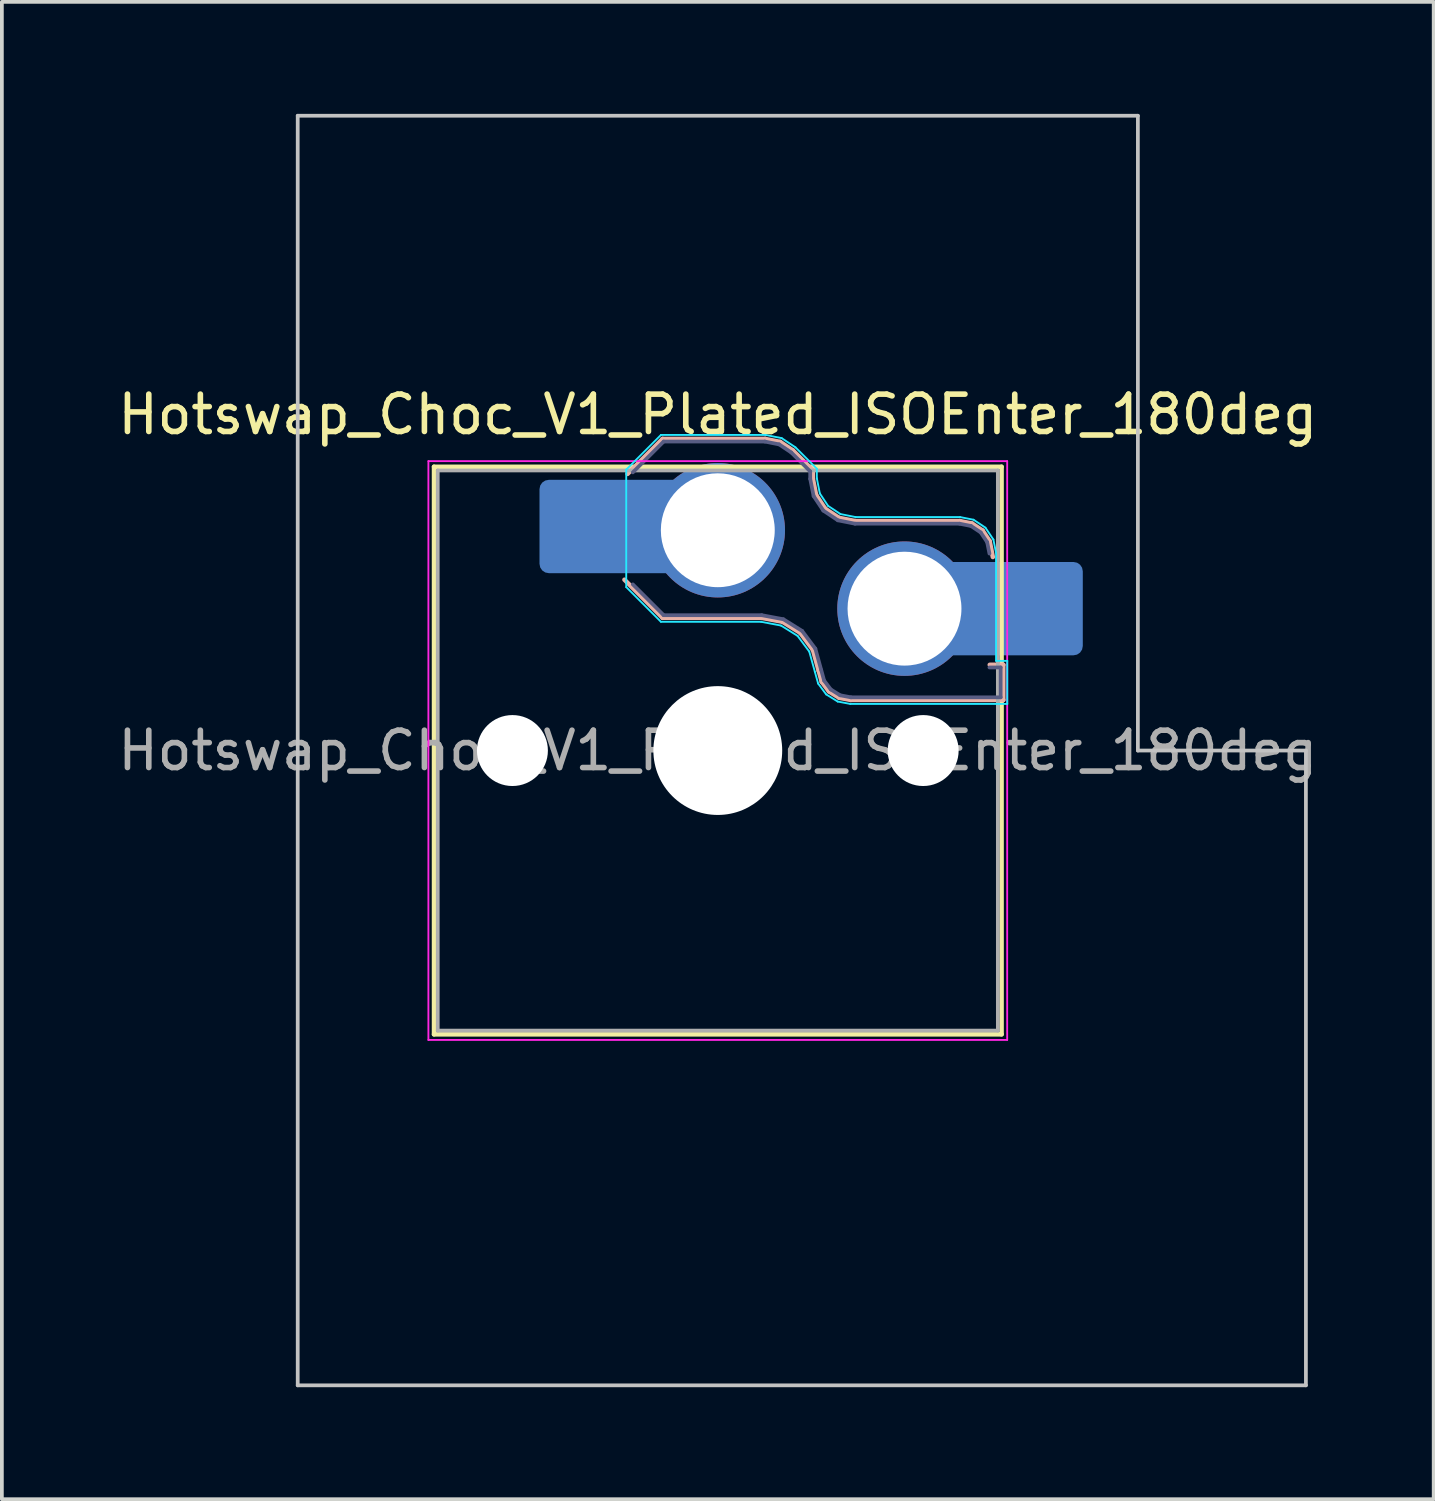
<source format=kicad_pcb>
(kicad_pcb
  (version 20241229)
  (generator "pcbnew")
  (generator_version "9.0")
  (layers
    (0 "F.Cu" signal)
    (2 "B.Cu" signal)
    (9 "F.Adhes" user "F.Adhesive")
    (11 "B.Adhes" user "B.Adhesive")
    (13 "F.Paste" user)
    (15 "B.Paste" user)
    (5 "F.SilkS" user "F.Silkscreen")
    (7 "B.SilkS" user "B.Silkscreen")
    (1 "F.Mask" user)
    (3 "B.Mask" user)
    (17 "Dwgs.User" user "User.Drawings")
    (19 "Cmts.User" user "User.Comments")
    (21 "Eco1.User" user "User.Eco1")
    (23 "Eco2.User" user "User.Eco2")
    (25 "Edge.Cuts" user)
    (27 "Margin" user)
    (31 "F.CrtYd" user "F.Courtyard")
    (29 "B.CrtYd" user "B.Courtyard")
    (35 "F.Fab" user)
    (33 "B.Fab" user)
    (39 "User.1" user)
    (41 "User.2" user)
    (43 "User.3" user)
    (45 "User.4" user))
  (footprint "Hotswap_Choc_V1_Plated_ISOEnter_180deg"
    (layer "F.Cu")
    (at 16.173 17.05)
    (property "Reference" "Hotswap_Choc_V1_Plated_ISOEnter_180deg" (at 0 -9 0) (layer "F.SilkS") (effects (font (size 1 1) (thickness 0.15))))
    (attr smd)
    (fp_line (start -7.6 -7.6) (end -7.6 7.6) (stroke (width 0.12) (type solid)) (layer "F.SilkS"))
    (fp_line (start -7.6 7.6) (end 7.6 7.6) (stroke (width 0.12) (type solid)) (layer "F.SilkS"))
    (fp_line (start 7.6 -7.6) (end -7.6 -7.6) (stroke (width 0.12) (type solid)) (layer "F.SilkS"))
    (fp_line (start 7.6 7.6) (end 7.6 -7.6) (stroke (width 0.12) (type solid)) (layer "F.SilkS"))
    (fp_line (start -2.416 -7.409) (end -1.479 -8.346) (stroke (width 0.12) (type solid)) (layer "B.SilkS"))
    (fp_line (start -1.479 -8.346) (end 1.268 -8.346) (stroke (width 0.12) (type solid)) (layer "B.SilkS"))
    (fp_line (start -1.479 -3.554) (end -2.5 -4.575) (stroke (width 0.12) (type solid)) (layer "B.SilkS"))
    (fp_line (start 1.168 -3.554) (end -1.479 -3.554) (stroke (width 0.12) (type solid)) (layer "B.SilkS"))
    (fp_line (start 1.268 -8.346) (end 1.671 -8.266) (stroke (width 0.12) (type solid)) (layer "B.SilkS"))
    (fp_line (start 1.671 -8.266) (end 2.013 -8.037) (stroke (width 0.12) (type solid)) (layer "B.SilkS"))
    (fp_line (start 1.73 -3.449) (end 1.168 -3.554) (stroke (width 0.12) (type solid)) (layer "B.SilkS"))
    (fp_line (start 2.013 -8.037) (end 2.546 -7.504) (stroke (width 0.12) (type solid)) (layer "B.SilkS"))
    (fp_line (start 2.209 -3.15) (end 1.73 -3.449) (stroke (width 0.12) (type solid)) (layer "B.SilkS"))
    (fp_line (start 2.546 -7.504) (end 2.546 -7.282) (stroke (width 0.12) (type solid)) (layer "B.SilkS"))
    (fp_line (start 2.546 -7.282) (end 2.633 -6.844) (stroke (width 0.12) (type solid)) (layer "B.SilkS"))
    (fp_line (start 2.547 -2.697) (end 2.209 -3.15) (stroke (width 0.12) (type solid)) (layer "B.SilkS"))
    (fp_line (start 2.633 -6.844) (end 2.877 -6.477) (stroke (width 0.12) (type solid)) (layer "B.SilkS"))
    (fp_line (start 2.701 -2.139) (end 2.547 -2.697) (stroke (width 0.12) (type solid)) (layer "B.SilkS"))
    (fp_line (start 2.783 -1.841) (end 2.701 -2.139) (stroke (width 0.12) (type solid)) (layer "B.SilkS"))
    (fp_line (start 2.877 -6.477) (end 3.244 -6.233) (stroke (width 0.12) (type solid)) (layer "B.SilkS"))
    (fp_line (start 2.976 -1.583) (end 2.783 -1.841) (stroke (width 0.12) (type solid)) (layer "B.SilkS"))
    (fp_line (start 3.244 -6.233) (end 3.682 -6.146) (stroke (width 0.12) (type solid)) (layer "B.SilkS"))
    (fp_line (start 3.25 -1.413) (end 2.976 -1.583) (stroke (width 0.12) (type solid)) (layer "B.SilkS"))
    (fp_line (start 3.56 -1.354) (end 3.25 -1.413) (stroke (width 0.12) (type solid)) (layer "B.SilkS"))
    (fp_line (start 3.682 -6.146) (end 6.482 -6.146) (stroke (width 0.12) (type solid)) (layer "B.SilkS"))
    (fp_line (start 6.482 -6.146) (end 6.809 -6.081) (stroke (width 0.12) (type solid)) (layer "B.SilkS"))
    (fp_line (start 6.809 -6.081) (end 7.092 -5.892) (stroke (width 0.12) (type solid)) (layer "B.SilkS"))
    (fp_line (start 7.092 -5.892) (end 7.281 -5.609) (stroke (width 0.12) (type solid)) (layer "B.SilkS"))
    (fp_line (start 7.281 -5.609) (end 7.366 -5.182) (stroke (width 0.12) (type solid)) (layer "B.SilkS"))
    (fp_line (start 7.283 -2.296) (end 7.646 -2.296) (stroke (width 0.12) (type solid)) (layer "B.SilkS"))
    (fp_line (start 7.646 -2.296) (end 7.646 -1.354) (stroke (width 0.12) (type solid)) (layer "B.SilkS"))
    (fp_line (start 7.646 -1.354) (end 3.56 -1.354) (stroke (width 0.12) (type solid)) (layer "B.SilkS"))
    (fp_line (start -11.25 -17) (end -11.25 17) (stroke (width 0.1) (type solid)) (layer "Dwgs.User"))
    (fp_line (start -11.25 17) (end 15.75 17) (stroke (width 0.1) (type solid)) (layer "Dwgs.User"))
    (fp_line (start 11.25 -17) (end -11.25 -17) (stroke (width 0.1) (type solid)) (layer "Dwgs.User"))
    (fp_line (start 11.25 0) (end 11.25 -17) (stroke (width 0.1) (type solid)) (layer "Dwgs.User"))
    (fp_line (start 15.75 0) (end 11.25 0) (stroke (width 0.1) (type solid)) (layer "Dwgs.User"))
    (fp_line (start 15.75 17) (end 15.75 0) (stroke (width 0.1) (type solid)) (layer "Dwgs.User"))
    (fp_line (start -7.25 -7.25) (end -7.25 7.25) (stroke (width 0.1) (type solid)) (layer "Eco1.User"))
    (fp_line (start -7.25 7.25) (end 7.25 7.25) (stroke (width 0.1) (type solid)) (layer "Eco1.User"))
    (fp_line (start 7.25 -7.25) (end -7.25 -7.25) (stroke (width 0.1) (type solid)) (layer "Eco1.User"))
    (fp_line (start 7.25 7.25) (end 7.25 -7.25) (stroke (width 0.1) (type solid)) (layer "Eco1.User"))
    (fp_line (start -2.452 -7.523) (end -1.523 -8.452) (stroke (width 0.05) (type solid)) (layer "B.CrtYd"))
    (fp_line (start -2.452 -4.377) (end -2.452 -7.523) (stroke (width 0.05) (type solid)) (layer "B.CrtYd"))
    (fp_line (start -1.523 -8.452) (end 1.278 -8.452) (stroke (width 0.05) (type solid)) (layer "B.CrtYd"))
    (fp_line (start -1.523 -3.448) (end -2.452 -4.377) (stroke (width 0.05) (type solid)) (layer "B.CrtYd"))
    (fp_line (start 1.159 -3.448) (end -1.523 -3.448) (stroke (width 0.05) (type solid)) (layer "B.CrtYd"))
    (fp_line (start 1.278 -8.452) (end 1.712 -8.366) (stroke (width 0.05) (type solid)) (layer "B.CrtYd"))
    (fp_line (start 1.691 -3.348) (end 1.159 -3.448) (stroke (width 0.05) (type solid)) (layer "B.CrtYd"))
    (fp_line (start 1.712 -8.366) (end 2.081 -8.119) (stroke (width 0.05) (type solid)) (layer "B.CrtYd"))
    (fp_line (start 2.081 -8.119) (end 2.652 -7.548) (stroke (width 0.05) (type solid)) (layer "B.CrtYd"))
    (fp_line (start 2.136 -3.071) (end 1.691 -3.348) (stroke (width 0.05) (type solid)) (layer "B.CrtYd"))
    (fp_line (start 2.45 -2.65) (end 2.136 -3.071) (stroke (width 0.05) (type solid)) (layer "B.CrtYd"))
    (fp_line (start 2.599 -2.111) (end 2.45 -2.65) (stroke (width 0.05) (type solid)) (layer "B.CrtYd"))
    (fp_line (start 2.652 -7.548) (end 2.652 -7.292) (stroke (width 0.05) (type solid)) (layer "B.CrtYd"))
    (fp_line (start 2.652 -7.292) (end 2.733 -6.885) (stroke (width 0.05) (type solid)) (layer "B.CrtYd"))
    (fp_line (start 2.687 -1.794) (end 2.599 -2.111) (stroke (width 0.05) (type solid)) (layer "B.CrtYd"))
    (fp_line (start 2.733 -6.885) (end 2.953 -6.553) (stroke (width 0.05) (type solid)) (layer "B.CrtYd"))
    (fp_line (start 2.903 -1.503) (end 2.687 -1.794) (stroke (width 0.05) (type solid)) (layer "B.CrtYd"))
    (fp_line (start 2.953 -6.553) (end 3.285 -6.333) (stroke (width 0.05) (type solid)) (layer "B.CrtYd"))
    (fp_line (start 3.211 -1.312) (end 2.903 -1.503) (stroke (width 0.05) (type solid)) (layer "B.CrtYd"))
    (fp_line (start 3.285 -6.333) (end 3.692 -6.252) (stroke (width 0.05) (type solid)) (layer "B.CrtYd"))
    (fp_line (start 3.55 -1.248) (end 3.211 -1.312) (stroke (width 0.05) (type solid)) (layer "B.CrtYd"))
    (fp_line (start 3.692 -6.252) (end 6.492 -6.252) (stroke (width 0.05) (type solid)) (layer "B.CrtYd"))
    (fp_line (start 6.492 -6.252) (end 6.85 -6.181) (stroke (width 0.05) (type solid)) (layer "B.CrtYd"))
    (fp_line (start 6.85 -6.181) (end 7.168 -5.968) (stroke (width 0.05) (type solid)) (layer "B.CrtYd"))
    (fp_line (start 7.168 -5.968) (end 7.381 -5.65) (stroke (width 0.05) (type solid)) (layer "B.CrtYd"))
    (fp_line (start 7.381 -5.65) (end 7.452 -5.292) (stroke (width 0.05) (type solid)) (layer "B.CrtYd"))
    (fp_line (start 7.452 -5.292) (end 7.452 -2.402) (stroke (width 0.05) (type solid)) (layer "B.CrtYd"))
    (fp_line (start 7.452 -2.402) (end 7.752 -2.402) (stroke (width 0.05) (type solid)) (layer "B.CrtYd"))
    (fp_line (start 7.752 -2.402) (end 7.752 -1.248) (stroke (width 0.05) (type solid)) (layer "B.CrtYd"))
    (fp_line (start 7.752 -1.248) (end 3.55 -1.248) (stroke (width 0.05) (type solid)) (layer "B.CrtYd"))
    (fp_line (start -7.75 -7.75) (end -7.75 7.75) (stroke (width 0.05) (type solid)) (layer "F.CrtYd"))
    (fp_line (start -7.75 7.75) (end 7.75 7.75) (stroke (width 0.05) (type solid)) (layer "F.CrtYd"))
    (fp_line (start 7.75 -7.75) (end -7.75 -7.75) (stroke (width 0.05) (type solid)) (layer "F.CrtYd"))
    (fp_line (start 7.75 7.75) (end 7.75 -7.75) (stroke (width 0.05) (type solid)) (layer "F.CrtYd"))
    (fp_line (start -2.275 -7.45) (end -1.45 -8.275) (stroke (width 0.1) (type solid)) (layer "B.Fab"))
    (fp_line (start -1.45 -8.275) (end 1.261 -8.275) (stroke (width 0.1) (type solid)) (layer "B.Fab"))
    (fp_line (start -1.45 -3.625) (end -2.275 -4.45) (stroke (width 0.1) (type solid)) (layer "B.Fab"))
    (fp_line (start 1.175 -3.625) (end -1.45 -3.625) (stroke (width 0.1) (type solid)) (layer "B.Fab"))
    (fp_line (start 1.261 -8.275) (end 1.643 -8.199) (stroke (width 0.1) (type solid)) (layer "B.Fab"))
    (fp_line (start 1.643 -8.199) (end 1.968 -7.982) (stroke (width 0.1) (type solid)) (layer "B.Fab"))
    (fp_line (start 1.756 -3.516) (end 1.175 -3.625) (stroke (width 0.1) (type solid)) (layer "B.Fab"))
    (fp_line (start 1.968 -7.982) (end 2.475 -7.475) (stroke (width 0.1) (type solid)) (layer "B.Fab"))
    (fp_line (start 2.258 -3.203) (end 1.756 -3.516) (stroke (width 0.1) (type solid)) (layer "B.Fab"))
    (fp_line (start 2.475 -7.475) (end 2.475 -7.275) (stroke (width 0.1) (type solid)) (layer "B.Fab"))
    (fp_line (start 2.475 -7.275) (end 2.566 -6.816) (stroke (width 0.1) (type solid)) (layer "B.Fab"))
    (fp_line (start 2.566 -6.816) (end 2.826 -6.426) (stroke (width 0.1) (type solid)) (layer "B.Fab"))
    (fp_line (start 2.612 -2.729) (end 2.258 -3.203) (stroke (width 0.1) (type solid)) (layer "B.Fab"))
    (fp_line (start 2.769 -2.158) (end 2.612 -2.729) (stroke (width 0.1) (type solid)) (layer "B.Fab"))
    (fp_line (start 2.826 -6.426) (end 3.216 -6.166) (stroke (width 0.1) (type solid)) (layer "B.Fab"))
    (fp_line (start 2.848 -1.873) (end 2.769 -2.158) (stroke (width 0.1) (type solid)) (layer "B.Fab"))
    (fp_line (start 3.025 -1.636) (end 2.848 -1.873) (stroke (width 0.1) (type solid)) (layer "B.Fab"))
    (fp_line (start 3.216 -6.166) (end 3.675 -6.075) (stroke (width 0.1) (type solid)) (layer "B.Fab"))
    (fp_line (start 3.276 -1.48) (end 3.025 -1.636) (stroke (width 0.1) (type solid)) (layer "B.Fab"))
    (fp_line (start 3.567 -1.425) (end 3.276 -1.48) (stroke (width 0.1) (type solid)) (layer "B.Fab"))
    (fp_line (start 3.675 -6.075) (end 6.475 -6.075) (stroke (width 0.1) (type solid)) (layer "B.Fab"))
    (fp_line (start 6.475 -6.075) (end 6.781 -6.014) (stroke (width 0.1) (type solid)) (layer "B.Fab"))
    (fp_line (start 6.781 -6.014) (end 7.041 -5.841) (stroke (width 0.1) (type solid)) (layer "B.Fab"))
    (fp_line (start 7.041 -5.841) (end 7.214 -5.581) (stroke (width 0.1) (type solid)) (layer "B.Fab"))
    (fp_line (start 7.214 -5.581) (end 7.275 -5.275) (stroke (width 0.1) (type solid)) (layer "B.Fab"))
    (fp_line (start 7.275 -2.225) (end 7.575 -2.225) (stroke (width 0.1) (type solid)) (layer "B.Fab"))
    (fp_line (start 7.575 -2.225) (end 7.575 -1.425) (stroke (width 0.1) (type solid)) (layer "B.Fab"))
    (fp_line (start 7.575 -1.425) (end 3.567 -1.425) (stroke (width 0.1) (type solid)) (layer "B.Fab"))
    (fp_line (start -7.5 -7.5) (end -7.5 7.5) (stroke (width 0.1) (type solid)) (layer "F.Fab"))
    (fp_line (start -7.5 7.5) (end 7.5 7.5) (stroke (width 0.1) (type solid)) (layer "F.Fab"))
    (fp_line (start 7.5 -7.5) (end -7.5 -7.5) (stroke (width 0.1) (type solid)) (layer "F.Fab"))
    (fp_line (start 7.5 7.5) (end 7.5 -7.5) (stroke (width 0.1) (type solid)) (layer "F.Fab"))
    (fp_text user "${REFERENCE}" (at 0 0 0) (layer "F.Fab") (effects (font (size 1 1) (thickness 0.15))))
    (pad "" np_thru_hole circle (at -5.5 0) (size 1.9 1.9) (drill 1.9) (layers "*.Cu" "*.Mask"))
    (pad "" smd roundrect (at -3.5 -6) (size 2.55 2.5) (layers "B.Mask" "B.Paste") (roundrect_rratio 0.1))
    (pad "" np_thru_hole circle (at 0 0) (size 3.45 3.45) (drill 3.45) (layers "*.Cu" "*.Mask"))
    (pad "" np_thru_hole circle (at 5.5 0) (size 1.9 1.9) (drill 1.9) (layers "*.Cu" "*.Mask"))
    (pad "" smd roundrect (at 8.5 -3.8) (size 2.55 2.5) (layers "B.Mask" "B.Paste") (roundrect_rratio 0.1))
    (pad "1" smd roundrect (at -2.85 -6) (size 3.85 2.5) (layers "B.Cu") (roundrect_rratio 0.1))
    (pad "1" thru_hole circle (at 0 -5.9) (size 3.6 3.6) (drill 3.05) (layers "*.Cu" "*.Mask"))
    (pad "2" thru_hole circle (at 5 -3.8) (size 3.6 3.6) (drill 3.05) (layers "*.Cu" "*.Mask"))
    (pad "2" smd roundrect (at 7.85 -3.8) (size 3.85 2.5) (layers "B.Cu") (roundrect_rratio 0.1)))
  (gr_rect
    (start -3 -3)
    (end 35.345 37.1)
    (stroke (width 0.1) (type default))
    (fill no)
    (layer "Edge.Cuts")))
</source>
